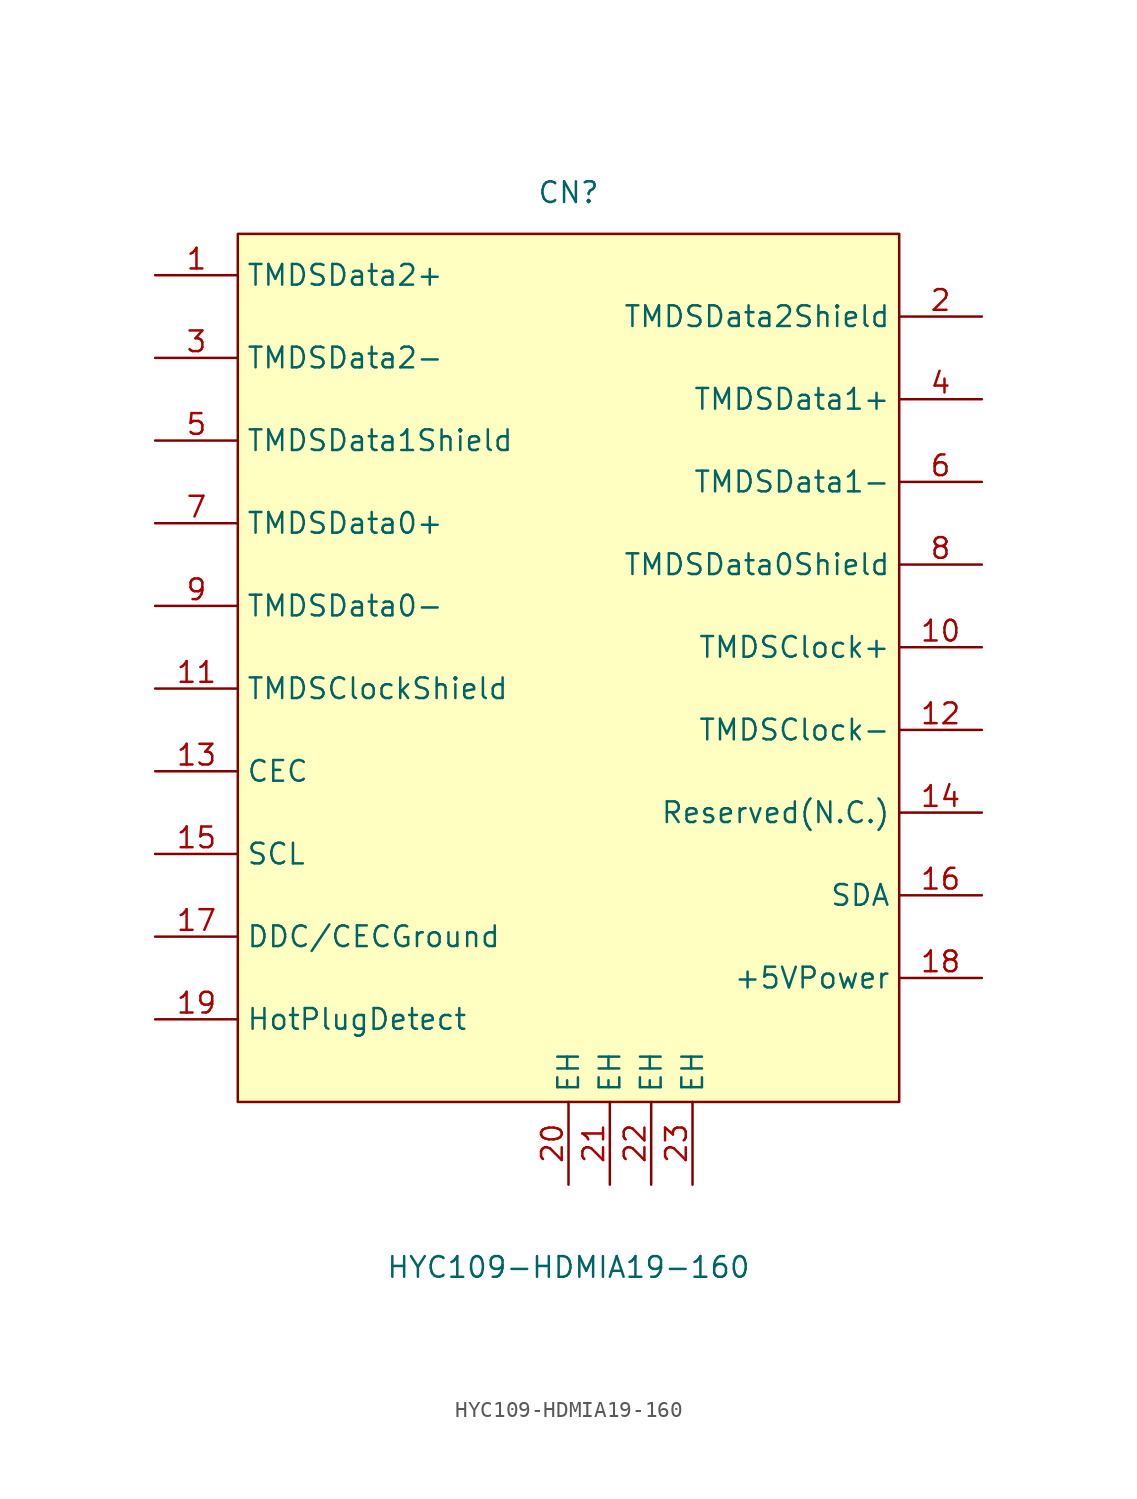
<source format=kicad_sym>
(kicad_symbol_lib
  (version 20211014)
  (generator https://github.com/uPesy/easyeda2kicad.py)
  (symbol "HYC109-HDMIA19-160"
    (property "Reference" "CN"
      (at 0 27.94 0)
      (effects (font (size 1.27 1.27))))
    (property "Value" "HYC109-HDMIA19-160"
      (at 0 -38.10 0)
      (effects (font (size 1.27 1.27))))
    (symbol "HYC109-HDMIA19-160_0_1"
      (rectangle (start -20.32 25.40) (end 20.32 -27.94) (stroke (width 0) (type default) (color 0 0 0 0)) (fill (type background)))
      (pin unspecified line (at -25.40 22.86 0) (length 5.08) (name "TMDSData2+" (effects (font (size 1.27 1.27)))) (number "1" (effects (font (size 1.27 1.27)))))
      (pin unspecified line (at 25.40 20.32 180) (length 5.08) (name "TMDSData2Shield" (effects (font (size 1.27 1.27)))) (number "2" (effects (font (size 1.27 1.27)))))
      (pin unspecified line (at -25.40 17.78 0) (length 5.08) (name "TMDSData2-" (effects (font (size 1.27 1.27)))) (number "3" (effects (font (size 1.27 1.27)))))
      (pin unspecified line (at 25.40 15.24 180) (length 5.08) (name "TMDSData1+" (effects (font (size 1.27 1.27)))) (number "4" (effects (font (size 1.27 1.27)))))
      (pin unspecified line (at -25.40 12.70 0) (length 5.08) (name "TMDSData1Shield" (effects (font (size 1.27 1.27)))) (number "5" (effects (font (size 1.27 1.27)))))
      (pin unspecified line (at 25.40 10.16 180) (length 5.08) (name "TMDSData1-" (effects (font (size 1.27 1.27)))) (number "6" (effects (font (size 1.27 1.27)))))
      (pin unspecified line (at -25.40 7.62 0) (length 5.08) (name "TMDSData0+" (effects (font (size 1.27 1.27)))) (number "7" (effects (font (size 1.27 1.27)))))
      (pin unspecified line (at 25.40 5.08 180) (length 5.08) (name "TMDSData0Shield" (effects (font (size 1.27 1.27)))) (number "8" (effects (font (size 1.27 1.27)))))
      (pin unspecified line (at -25.40 2.54 0) (length 5.08) (name "TMDSData0-" (effects (font (size 1.27 1.27)))) (number "9" (effects (font (size 1.27 1.27)))))
      (pin unspecified line (at 25.40 -0.00 180) (length 5.08) (name "TMDSClock+" (effects (font (size 1.27 1.27)))) (number "10" (effects (font (size 1.27 1.27)))))
      (pin unspecified line (at -25.40 -2.54 0) (length 5.08) (name "TMDSClockShield" (effects (font (size 1.27 1.27)))) (number "11" (effects (font (size 1.27 1.27)))))
      (pin unspecified line (at 25.40 -5.08 180) (length 5.08) (name "TMDSClock-" (effects (font (size 1.27 1.27)))) (number "12" (effects (font (size 1.27 1.27)))))
      (pin unspecified line (at -25.40 -7.62 0) (length 5.08) (name "CEC" (effects (font (size 1.27 1.27)))) (number "13" (effects (font (size 1.27 1.27)))))
      (pin unspecified line (at 25.40 -10.16 180) (length 5.08) (name "Reserved(N.C.)" (effects (font (size 1.27 1.27)))) (number "14" (effects (font (size 1.27 1.27)))))
      (pin unspecified line (at -25.40 -12.70 0) (length 5.08) (name "SCL" (effects (font (size 1.27 1.27)))) (number "15" (effects (font (size 1.27 1.27)))))
      (pin unspecified line (at 25.40 -15.24 180) (length 5.08) (name "SDA" (effects (font (size 1.27 1.27)))) (number "16" (effects (font (size 1.27 1.27)))))
      (pin unspecified line (at -25.40 -17.78 0) (length 5.08) (name "DDC/CECGround" (effects (font (size 1.27 1.27)))) (number "17" (effects (font (size 1.27 1.27)))))
      (pin unspecified line (at 25.40 -20.32 180) (length 5.08) (name "+5VPower" (effects (font (size 1.27 1.27)))) (number "18" (effects (font (size 1.27 1.27)))))
      (pin unspecified line (at -25.40 -22.86 0) (length 5.08) (name "HotPlugDetect" (effects (font (size 1.27 1.27)))) (number "19" (effects (font (size 1.27 1.27)))))
      (pin unspecified line (at 0.00 -33.02 90) (length 5.08) (name "EH" (effects (font (size 1.27 1.27)))) (number "20" (effects (font (size 1.27 1.27)))))
      (pin unspecified line (at 2.54 -33.02 90) (length 5.08) (name "EH" (effects (font (size 1.27 1.27)))) (number "21" (effects (font (size 1.27 1.27)))))
      (pin unspecified line (at 5.08 -33.02 90) (length 5.08) (name "EH" (effects (font (size 1.27 1.27)))) (number "22" (effects (font (size 1.27 1.27)))))
      (pin unspecified line (at 7.62 -33.02 90) (length 5.08) (name "EH" (effects (font (size 1.27 1.27)))) (number "23" (effects (font (size 1.27 1.27))))))))
</source>
